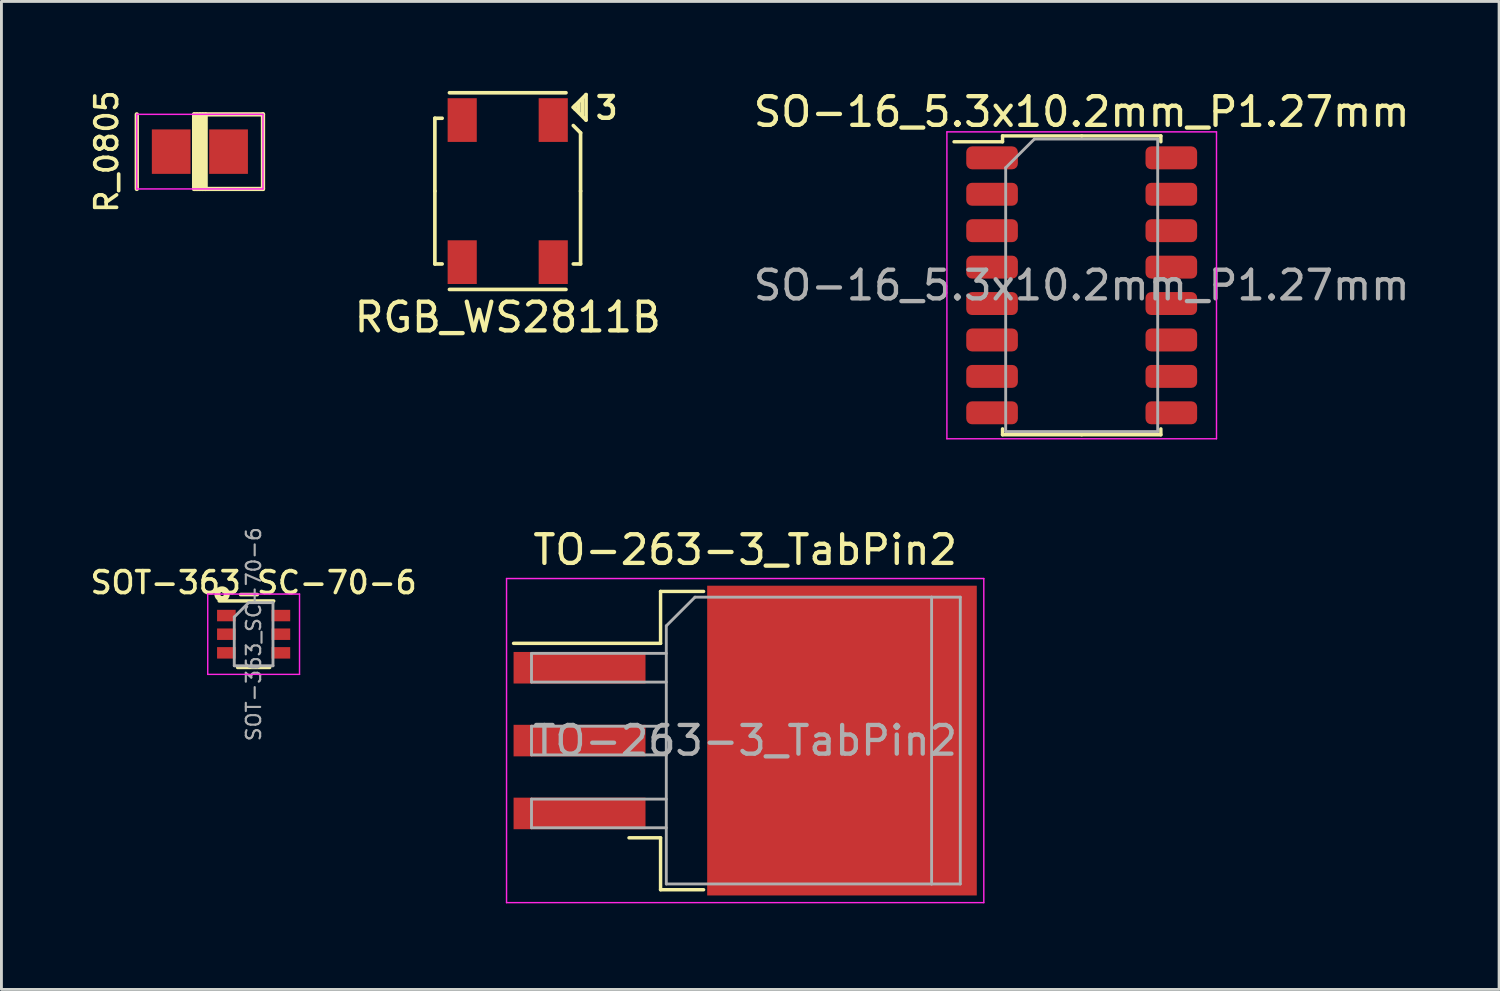
<source format=kicad_pcb>
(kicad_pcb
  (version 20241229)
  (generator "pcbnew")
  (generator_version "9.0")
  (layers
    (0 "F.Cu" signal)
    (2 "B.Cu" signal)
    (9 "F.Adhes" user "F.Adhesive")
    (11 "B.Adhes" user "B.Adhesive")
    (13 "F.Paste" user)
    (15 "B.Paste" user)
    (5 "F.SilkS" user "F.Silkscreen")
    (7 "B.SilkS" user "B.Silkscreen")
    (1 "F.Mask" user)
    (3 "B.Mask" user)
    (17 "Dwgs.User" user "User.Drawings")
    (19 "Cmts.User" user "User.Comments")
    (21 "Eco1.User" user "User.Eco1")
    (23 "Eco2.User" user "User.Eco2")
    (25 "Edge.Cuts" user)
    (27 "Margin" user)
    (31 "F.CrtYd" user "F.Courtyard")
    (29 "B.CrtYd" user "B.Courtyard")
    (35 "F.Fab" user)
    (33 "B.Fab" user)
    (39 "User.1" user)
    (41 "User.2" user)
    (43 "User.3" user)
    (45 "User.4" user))
  (footprint "TO-263-3_TabPin2"
    (layer "F.Cu")
    (at 22.931 22.771)
    (property "Reference" "TO-263-3_TabPin2" (at 0 -6.65 0) (layer "F.SilkS") (effects (font (size 1 1) (thickness 0.15))))
    (attr smd)
    (fp_line (start -2.95 -5.2) (end -2.95 -3.39) (stroke (width 0.12) (type solid)) (layer "F.SilkS"))
    (fp_line (start -2.95 -3.39) (end -8.075 -3.39) (stroke (width 0.12) (type solid)) (layer "F.SilkS"))
    (fp_line (start -2.95 3.39) (end -4.05 3.39) (stroke (width 0.12) (type solid)) (layer "F.SilkS"))
    (fp_line (start -2.95 5.2) (end -2.95 3.39) (stroke (width 0.12) (type solid)) (layer "F.SilkS"))
    (fp_line (start -1.45 -5.2) (end -2.95 -5.2) (stroke (width 0.12) (type solid)) (layer "F.SilkS"))
    (fp_line (start -1.45 5.2) (end -2.95 5.2) (stroke (width 0.12) (type solid)) (layer "F.SilkS"))
    (fp_line (start -8.32 -5.65) (end -8.32 5.65) (stroke (width 0.05) (type solid)) (layer "F.CrtYd"))
    (fp_line (start -8.32 5.65) (end 8.32 5.65) (stroke (width 0.05) (type solid)) (layer "F.CrtYd"))
    (fp_line (start 8.32 -5.65) (end -8.32 -5.65) (stroke (width 0.05) (type solid)) (layer "F.CrtYd"))
    (fp_line (start 8.32 5.65) (end 8.32 -5.65) (stroke (width 0.05) (type solid)) (layer "F.CrtYd"))
    (fp_line (start -7.45 -3.04) (end -7.45 -2.04) (stroke (width 0.1) (type solid)) (layer "F.Fab"))
    (fp_line (start -7.45 -2.04) (end -2.75 -2.04) (stroke (width 0.1) (type solid)) (layer "F.Fab"))
    (fp_line (start -7.45 -0.5) (end -7.45 0.5) (stroke (width 0.1) (type solid)) (layer "F.Fab"))
    (fp_line (start -7.45 0.5) (end -2.75 0.5) (stroke (width 0.1) (type solid)) (layer "F.Fab"))
    (fp_line (start -7.45 2.04) (end -7.45 3.04) (stroke (width 0.1) (type solid)) (layer "F.Fab"))
    (fp_line (start -7.45 3.04) (end -2.75 3.04) (stroke (width 0.1) (type solid)) (layer "F.Fab"))
    (fp_line (start -2.75 -4) (end -1.75 -5) (stroke (width 0.1) (type solid)) (layer "F.Fab"))
    (fp_line (start -2.75 -3.04) (end -7.45 -3.04) (stroke (width 0.1) (type solid)) (layer "F.Fab"))
    (fp_line (start -2.75 -0.5) (end -7.45 -0.5) (stroke (width 0.1) (type solid)) (layer "F.Fab"))
    (fp_line (start -2.75 2.04) (end -7.45 2.04) (stroke (width 0.1) (type solid)) (layer "F.Fab"))
    (fp_line (start -2.75 5) (end -2.75 -4) (stroke (width 0.1) (type solid)) (layer "F.Fab"))
    (fp_line (start -1.75 -5) (end 6.5 -5) (stroke (width 0.1) (type solid)) (layer "F.Fab"))
    (fp_line (start 6.5 -5) (end 6.5 5) (stroke (width 0.1) (type solid)) (layer "F.Fab"))
    (fp_line (start 6.5 -5) (end 7.5 -5) (stroke (width 0.1) (type solid)) (layer "F.Fab"))
    (fp_line (start 6.5 5) (end -2.75 5) (stroke (width 0.1) (type solid)) (layer "F.Fab"))
    (fp_line (start 7.5 -5) (end 7.5 5) (stroke (width 0.1) (type solid)) (layer "F.Fab"))
    (fp_line (start 7.5 5) (end 6.5 5) (stroke (width 0.1) (type solid)) (layer "F.Fab"))
    (fp_text user "${REFERENCE}" (at 0 0 0) (layer "F.Fab") (effects (font (size 1 1) (thickness 0.15))))
    (pad "" smd rect (at 0.95 -2.775) (size 4.55 5.25) (layers "F.Paste"))
    (pad "" smd rect (at 0.95 2.775) (size 4.55 5.25) (layers "F.Paste"))
    (pad "" smd rect (at 5.8 -2.775) (size 4.55 5.25) (layers "F.Paste"))
    (pad "" smd rect (at 5.8 2.775) (size 4.55 5.25) (layers "F.Paste"))
    (pad "1" smd rect (at -5.775 -2.54) (size 4.6 1.1) (layers "F.Cu" "F.Mask" "F.Paste"))
    (pad "2" smd rect (at -5.775 0) (size 4.6 1.1) (layers "F.Cu" "F.Mask" "F.Paste"))
    (pad "2" smd rect (at 3.375 0) (size 9.4 10.8) (layers "F.Cu" "F.Mask"))
    (pad "3" smd rect (at -5.775 2.54) (size 4.6 1.1) (layers "F.Cu" "F.Mask" "F.Paste")))
  (footprint "SOT-363_SC-70-6"
    (layer "F.Cu")
    (at 5.793 19.062)
    (property "Reference" "SOT-363_SC-70-6" (at 0 -1.8 0) (layer "F.SilkS") (effects (font (size 0.762 0.762) (thickness 0.127))))
    (attr smd)
    (fp_line (start -0.56 1.16) (end 0.56 1.16) (stroke (width 0.12) (type solid)) (layer "F.SilkS"))
    (fp_line (start 0.7 -1.16) (end -1.2 -1.16) (stroke (width 0.12) (type solid)) (layer "F.SilkS"))
    (fp_circle (center -1.1 -1.4) (end -1.03 -1.4) (stroke (width 0.2) (type solid)) (fill no) (layer "F.SilkS"))
    (fp_line (start -1.6 -1.4) (end -1.6 1.4) (stroke (width 0.05) (type solid)) (layer "F.CrtYd"))
    (fp_line (start -1.6 -1.4) (end 1.6 -1.4) (stroke (width 0.05) (type solid)) (layer "F.CrtYd"))
    (fp_line (start -1.6 1.4) (end 1.6 1.4) (stroke (width 0.05) (type solid)) (layer "F.CrtYd"))
    (fp_line (start 1.6 1.4) (end 1.6 -1.4) (stroke (width 0.05) (type solid)) (layer "F.CrtYd"))
    (fp_line (start -0.675 -0.6) (end -0.675 1.1) (stroke (width 0.1) (type solid)) (layer "F.Fab"))
    (fp_line (start -0.175 -1.1) (end -0.675 -0.6) (stroke (width 0.1) (type solid)) (layer "F.Fab"))
    (fp_line (start 0.675 -1.1) (end -0.175 -1.1) (stroke (width 0.1) (type solid)) (layer "F.Fab"))
    (fp_line (start 0.675 -1.1) (end 0.675 1.1) (stroke (width 0.1) (type solid)) (layer "F.Fab"))
    (fp_line (start 0.675 1.1) (end -0.675 1.1) (stroke (width 0.1) (type solid)) (layer "F.Fab"))
    (fp_text user "${REFERENCE}" (at 0 0 90) (layer "F.Fab") (effects (font (size 0.5 0.5) (thickness 0.075))))
    (pad "1" smd rect (at -0.95 -0.65) (size 0.65 0.4) (layers "F.Cu" "F.Mask" "F.Paste"))
    (pad "2" smd rect (at -0.95 0) (size 0.65 0.4) (layers "F.Cu" "F.Mask" "F.Paste"))
    (pad "3" smd rect (at -0.95 0.65) (size 0.65 0.4) (layers "F.Cu" "F.Mask" "F.Paste"))
    (pad "4" smd rect (at 0.95 0.65) (size 0.65 0.4) (layers "F.Cu" "F.Mask" "F.Paste"))
    (pad "5" smd rect (at 0.95 0) (size 0.65 0.4) (layers "F.Cu" "F.Mask" "F.Paste"))
    (pad "6" smd rect (at 0.95 -0.65) (size 0.65 0.4) (layers "F.Cu" "F.Mask" "F.Paste")))
  (footprint "RGB_WS2811B"
    (layer "F.Cu")
    (at 14.652 3.613)
    (property "Reference" "RGB_WS2811B" (at 0 4.4 0) (layer "F.SilkS") (effects (font (size 1 1) (thickness 0.15))))
    (attr through_hole)
    (fp_line (start -2.54 -2.54) (end -2.286 -2.54) (stroke (width 0.127) (type solid)) (layer "F.SilkS"))
    (fp_line (start -2.54 0) (end -2.54 -2.54) (stroke (width 0.127) (type solid)) (layer "F.SilkS"))
    (fp_line (start -2.54 2.54) (end -2.54 0) (stroke (width 0.127) (type solid)) (layer "F.SilkS"))
    (fp_line (start -2.54 2.54) (end -2.286 2.54) (stroke (width 0.127) (type solid)) (layer "F.SilkS"))
    (fp_line (start 2.032 -3.429) (end -2.032 -3.429) (stroke (width 0.127) (type solid)) (layer "F.SilkS"))
    (fp_line (start 2.032 3.429) (end -2.032 3.429) (stroke (width 0.127) (type solid)) (layer "F.SilkS"))
    (fp_line (start 2.286 -2.921) (end 2.731 -3.365) (stroke (width 0.127) (type solid)) (layer "F.SilkS"))
    (fp_line (start 2.349 -2.857) (end 2.349 -2.985) (stroke (width 0.127) (type solid)) (layer "F.SilkS"))
    (fp_line (start 2.477 -2.794) (end 2.477 -3.048) (stroke (width 0.127) (type solid)) (layer "F.SilkS"))
    (fp_line (start 2.54 -2.032) (end 2.286 -2.286) (stroke (width 0.127) (type solid)) (layer "F.SilkS"))
    (fp_line (start 2.54 -2.032) (end 2.54 0) (stroke (width 0.127) (type solid)) (layer "F.SilkS"))
    (fp_line (start 2.54 0) (end 2.54 2.54) (stroke (width 0.127) (type solid)) (layer "F.SilkS"))
    (fp_line (start 2.54 2.54) (end 2.286 2.54) (stroke (width 0.127) (type solid)) (layer "F.SilkS"))
    (fp_line (start 2.603 -2.667) (end 2.603 -3.175) (stroke (width 0.127) (type solid)) (layer "F.SilkS"))
    (fp_line (start 2.731 -3.365) (end 2.731 -2.477) (stroke (width 0.127) (type solid)) (layer "F.SilkS"))
    (fp_line (start 2.731 -2.477) (end 2.286 -2.921) (stroke (width 0.127) (type solid)) (layer "F.SilkS"))
    (fp_text user "3" (at 3.45 -2.9 180) (layer "F.SilkS") (effects (font (size 0.762 0.762) (thickness 0.152))))
    (pad "1" smd rect (at -1.587 2.477 180) (size 1.016 1.524) (layers "F.Cu" "F.Mask" "F.Paste"))
    (pad "2" smd rect (at 1.587 2.477 180) (size 1.016 1.524) (layers "F.Cu" "F.Mask" "F.Paste"))
    (pad "3" smd rect (at 1.587 -2.477 180) (size 1.016 1.524) (layers "F.Cu" "F.Mask" "F.Paste"))
    (pad "4" smd rect (at -1.587 -2.477 180) (size 1.016 1.524) (layers "F.Cu" "F.Mask" "F.Paste")))
  (footprint "R_0805"
    (layer "F.Cu")
    (at 3.919 2.237)
    (property "Reference" "R_0805" (at -3.25 0 270) (layer "F.SilkS") (effects (font (size 0.762 0.762) (thickness 0.127))))
    (attr smd)
    (fp_line (start -2.2 1.3) (end -2.2 -1.3) (stroke (width 0.15) (type solid)) (layer "F.SilkS"))
    (fp_line (start -0.2 1.3) (end -0.2 -1.3) (stroke (width 0.15) (type solid)) (layer "F.SilkS"))
    (fp_line (start -0.2 1.3) (end 2.2 1.3) (stroke (width 0.15) (type solid)) (layer "F.SilkS"))
    (fp_line (start -0.1 -1.3) (end -0.1 1.3) (stroke (width 0.15) (type solid)) (layer "F.SilkS"))
    (fp_line (start 0 -1.3) (end 0 1.3) (stroke (width 0.15) (type solid)) (layer "F.SilkS"))
    (fp_line (start 0.1 1.3) (end 0.1 -1.3) (stroke (width 0.15) (type solid)) (layer "F.SilkS"))
    (fp_line (start 0.2 -1.3) (end 0.2 1.3) (stroke (width 0.15) (type solid)) (layer "F.SilkS"))
    (fp_line (start 2.2 -1.3) (end -0.2 -1.3) (stroke (width 0.15) (type solid)) (layer "F.SilkS"))
    (fp_line (start 2.2 1.3) (end 2.2 -1.3) (stroke (width 0.15) (type solid)) (layer "F.SilkS"))
    (fp_line (start -2.2 -1.3) (end 2.2 -1.3) (stroke (width 0.05) (type solid)) (layer "F.CrtYd"))
    (fp_line (start -2.2 1.3) (end -2.2 -1.3) (stroke (width 0.05) (type solid)) (layer "F.CrtYd"))
    (fp_line (start 2.2 -1.3) (end 2.2 1.3) (stroke (width 0.05) (type solid)) (layer "F.CrtYd"))
    (fp_line (start 2.2 1.3) (end -2.2 1.3) (stroke (width 0.05) (type solid)) (layer "F.CrtYd"))
    (pad "1" smd rect (at 1 0) (size 1.35 1.55) (layers "F.Cu" "F.Mask" "F.Paste"))
    (pad "2" smd rect (at -1 0) (size 1.35 1.55) (layers "F.Cu" "F.Mask" "F.Paste")))
  (footprint "SO-16_5.3x10.2mm_P1.27mm"
    (layer "F.Cu")
    (at 34.664 6.898)
    (property "Reference" "SO-16_5.3x10.2mm_P1.27mm" (at 0 -6.05 0) (layer "F.SilkS") (effects (font (size 1 1) (thickness 0.15))))
    (attr smd)
    (fp_line (start -2.76 -5.21) (end -2.76 -5.005) (stroke (width 0.12) (type solid)) (layer "F.SilkS"))
    (fp_line (start -2.76 -5.005) (end -4.45 -5.005) (stroke (width 0.12) (type solid)) (layer "F.SilkS"))
    (fp_line (start -2.76 5.21) (end -2.76 5.005) (stroke (width 0.12) (type solid)) (layer "F.SilkS"))
    (fp_line (start 0 -5.21) (end -2.76 -5.21) (stroke (width 0.12) (type solid)) (layer "F.SilkS"))
    (fp_line (start 0 -5.21) (end 2.76 -5.21) (stroke (width 0.12) (type solid)) (layer "F.SilkS"))
    (fp_line (start 0 5.21) (end -2.76 5.21) (stroke (width 0.12) (type solid)) (layer "F.SilkS"))
    (fp_line (start 0 5.21) (end 2.76 5.21) (stroke (width 0.12) (type solid)) (layer "F.SilkS"))
    (fp_line (start 2.76 -5.21) (end 2.76 -5.005) (stroke (width 0.12) (type solid)) (layer "F.SilkS"))
    (fp_line (start 2.76 5.21) (end 2.76 5.005) (stroke (width 0.12) (type solid)) (layer "F.SilkS"))
    (fp_line (start -4.7 -5.35) (end -4.7 5.35) (stroke (width 0.05) (type solid)) (layer "F.CrtYd"))
    (fp_line (start -4.7 5.35) (end 4.7 5.35) (stroke (width 0.05) (type solid)) (layer "F.CrtYd"))
    (fp_line (start 4.7 -5.35) (end -4.7 -5.35) (stroke (width 0.05) (type solid)) (layer "F.CrtYd"))
    (fp_line (start 4.7 5.35) (end 4.7 -5.35) (stroke (width 0.05) (type solid)) (layer "F.CrtYd"))
    (fp_line (start -2.65 -4.1) (end -1.65 -5.1) (stroke (width 0.1) (type solid)) (layer "F.Fab"))
    (fp_line (start -2.65 5.1) (end -2.65 -4.1) (stroke (width 0.1) (type solid)) (layer "F.Fab"))
    (fp_line (start -1.65 -5.1) (end 2.65 -5.1) (stroke (width 0.1) (type solid)) (layer "F.Fab"))
    (fp_line (start 2.65 -5.1) (end 2.65 5.1) (stroke (width 0.1) (type solid)) (layer "F.Fab"))
    (fp_line (start 2.65 5.1) (end -2.65 5.1) (stroke (width 0.1) (type solid)) (layer "F.Fab"))
    (fp_text user "${REFERENCE}" (at 0 0 0) (layer "F.Fab") (effects (font (size 1 1) (thickness 0.15))))
    (pad "1" smd roundrect (at -3.125 -4.445) (size 1.8 0.8) (layers "F.Cu" "F.Mask" "F.Paste") (roundrect_rratio 0.25))
    (pad "2" smd roundrect (at -3.125 -3.175) (size 1.8 0.8) (layers "F.Cu" "F.Mask" "F.Paste") (roundrect_rratio 0.25))
    (pad "3" smd roundrect (at -3.125 -1.905) (size 1.8 0.8) (layers "F.Cu" "F.Mask" "F.Paste") (roundrect_rratio 0.25))
    (pad "4" smd roundrect (at -3.125 -0.635) (size 1.8 0.8) (layers "F.Cu" "F.Mask" "F.Paste") (roundrect_rratio 0.25))
    (pad "5" smd roundrect (at -3.125 0.635) (size 1.8 0.8) (layers "F.Cu" "F.Mask" "F.Paste") (roundrect_rratio 0.25))
    (pad "6" smd roundrect (at -3.125 1.905) (size 1.8 0.8) (layers "F.Cu" "F.Mask" "F.Paste") (roundrect_rratio 0.25))
    (pad "7" smd roundrect (at -3.125 3.175) (size 1.8 0.8) (layers "F.Cu" "F.Mask" "F.Paste") (roundrect_rratio 0.25))
    (pad "8" smd roundrect (at -3.125 4.445) (size 1.8 0.8) (layers "F.Cu" "F.Mask" "F.Paste") (roundrect_rratio 0.25))
    (pad "9" smd roundrect (at 3.125 4.445) (size 1.8 0.8) (layers "F.Cu" "F.Mask" "F.Paste") (roundrect_rratio 0.25))
    (pad "10" smd roundrect (at 3.125 3.175) (size 1.8 0.8) (layers "F.Cu" "F.Mask" "F.Paste") (roundrect_rratio 0.25))
    (pad "11" smd roundrect (at 3.125 1.905) (size 1.8 0.8) (layers "F.Cu" "F.Mask" "F.Paste") (roundrect_rratio 0.25))
    (pad "12" smd roundrect (at 3.125 0.635) (size 1.8 0.8) (layers "F.Cu" "F.Mask" "F.Paste") (roundrect_rratio 0.25))
    (pad "13" smd roundrect (at 3.125 -0.635) (size 1.8 0.8) (layers "F.Cu" "F.Mask" "F.Paste") (roundrect_rratio 0.25))
    (pad "14" smd roundrect (at 3.125 -1.905) (size 1.8 0.8) (layers "F.Cu" "F.Mask" "F.Paste") (roundrect_rratio 0.25))
    (pad "15" smd roundrect (at 3.125 -3.175) (size 1.8 0.8) (layers "F.Cu" "F.Mask" "F.Paste") (roundrect_rratio 0.25))
    (pad "16" smd roundrect (at 3.125 -4.445) (size 1.8 0.8) (layers "F.Cu" "F.Mask" "F.Paste") (roundrect_rratio 0.25)))
  (gr_rect
    (start -3 -3)
    (end 49.217 31.447)
    (stroke (width 0.1) (type default))
    (fill no)
    (layer "Edge.Cuts")))
</source>
